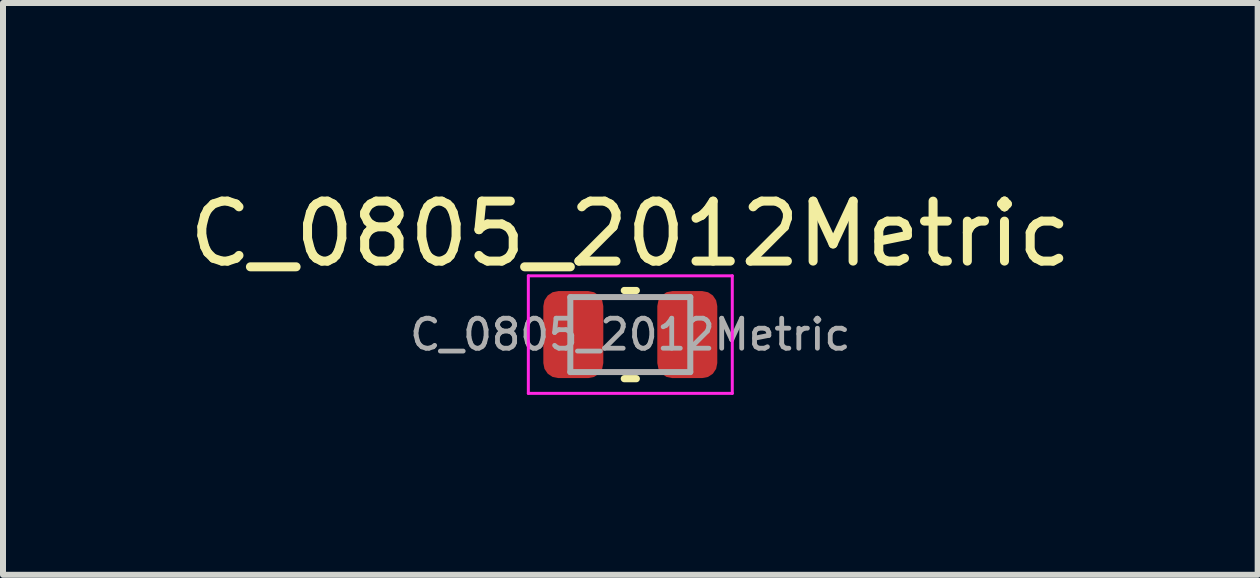
<source format=kicad_pcb>
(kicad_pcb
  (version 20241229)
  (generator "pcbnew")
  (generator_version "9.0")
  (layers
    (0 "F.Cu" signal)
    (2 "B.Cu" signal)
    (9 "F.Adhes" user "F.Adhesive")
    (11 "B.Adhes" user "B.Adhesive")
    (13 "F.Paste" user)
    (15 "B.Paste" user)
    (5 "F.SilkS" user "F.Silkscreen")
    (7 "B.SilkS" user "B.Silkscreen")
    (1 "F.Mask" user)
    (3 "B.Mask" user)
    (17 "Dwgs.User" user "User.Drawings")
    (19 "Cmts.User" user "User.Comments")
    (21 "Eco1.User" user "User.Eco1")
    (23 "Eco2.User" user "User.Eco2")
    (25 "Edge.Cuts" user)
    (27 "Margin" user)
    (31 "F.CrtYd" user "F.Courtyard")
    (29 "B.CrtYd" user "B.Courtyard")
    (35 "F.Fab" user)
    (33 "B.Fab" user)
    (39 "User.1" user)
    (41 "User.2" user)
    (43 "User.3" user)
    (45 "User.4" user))
  (footprint "C_0805_2012Metric"
    (layer "F.Cu")
    (at 7.458 2.528)
    (property "Reference" "C_0805_2012Metric" (at 0 -1.68 0) (layer "F.SilkS") (effects (font (size 1 1) (thickness 0.15))))
    (attr smd)
    (fp_line (start -0.1 -0.735) (end 0.1 -0.735) (stroke (width 0.12) (type solid)) (layer "F.SilkS"))
    (fp_line (start -0.1 0.735) (end 0.1 0.735) (stroke (width 0.12) (type solid)) (layer "F.SilkS"))
    (fp_line (start -1.7 -0.98) (end 1.7 -0.98) (stroke (width 0.05) (type solid)) (layer "F.CrtYd"))
    (fp_line (start -1.7 0.98) (end -1.7 -0.98) (stroke (width 0.05) (type solid)) (layer "F.CrtYd"))
    (fp_line (start 1.7 -0.98) (end 1.7 0.98) (stroke (width 0.05) (type solid)) (layer "F.CrtYd"))
    (fp_line (start 1.7 0.98) (end -1.7 0.98) (stroke (width 0.05) (type solid)) (layer "F.CrtYd"))
    (fp_line (start -1 -0.625) (end 1 -0.625) (stroke (width 0.1) (type solid)) (layer "F.Fab"))
    (fp_line (start -1 0.625) (end -1 -0.625) (stroke (width 0.1) (type solid)) (layer "F.Fab"))
    (fp_line (start 1 -0.625) (end 1 0.625) (stroke (width 0.1) (type solid)) (layer "F.Fab"))
    (fp_line (start 1 0.625) (end -1 0.625) (stroke (width 0.1) (type solid)) (layer "F.Fab"))
    (fp_text user "${REFERENCE}" (at 0 0 0) (layer "F.Fab") (effects (font (size 0.5 0.5) (thickness 0.08))))
    (pad "1" smd roundrect (at -0.95 0) (size 1 1.45) (layers "F.Cu" "F.Mask" "F.Paste") (roundrect_rratio 0.25))
    (pad "2" smd roundrect (at 0.95 0) (size 1 1.45) (layers "F.Cu" "F.Mask" "F.Paste") (roundrect_rratio 0.25)))
  (gr_rect
    (start -3 -3)
    (end 17.917 6.533)
    (stroke (width 0.1) (type default))
    (fill no)
    (layer "Edge.Cuts")))
</source>
